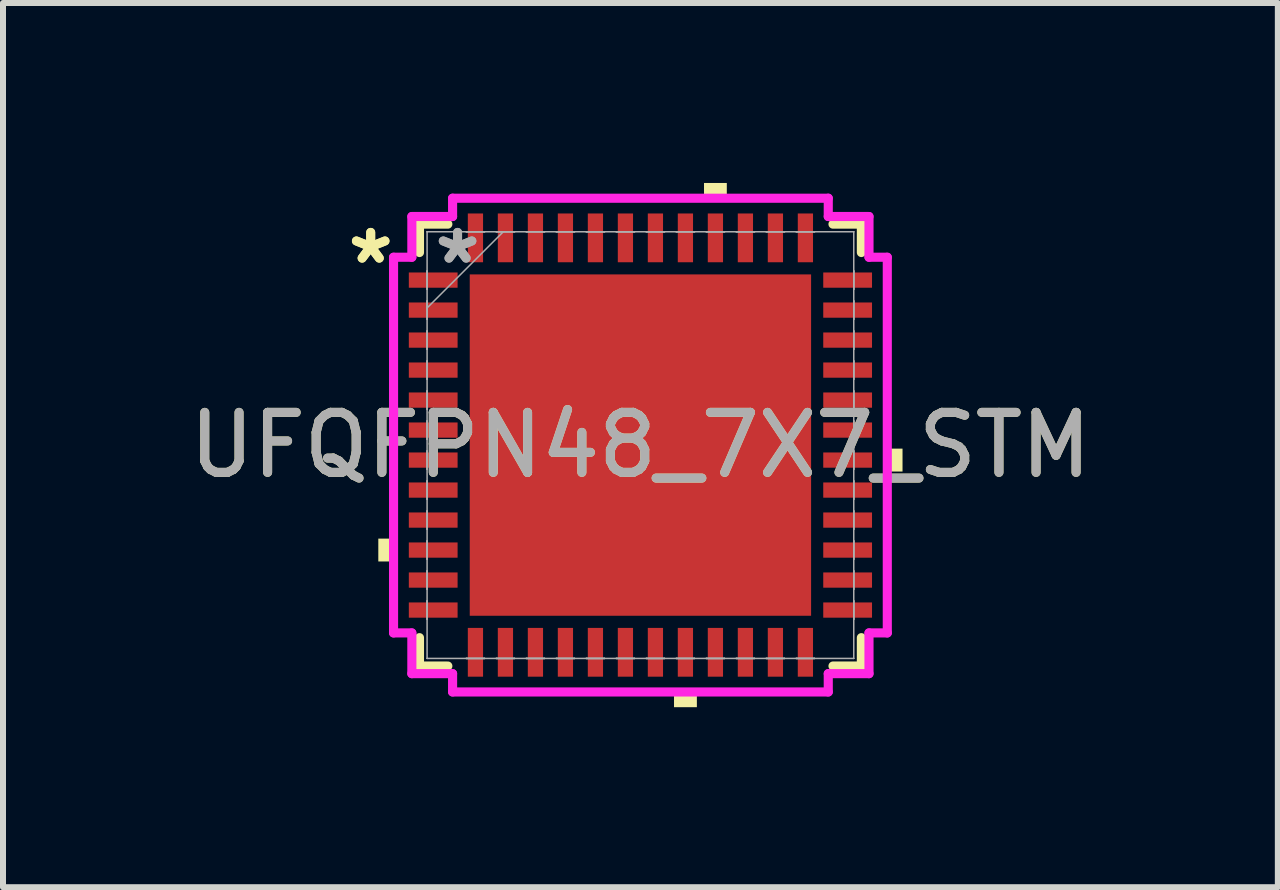
<source format=kicad_pcb>
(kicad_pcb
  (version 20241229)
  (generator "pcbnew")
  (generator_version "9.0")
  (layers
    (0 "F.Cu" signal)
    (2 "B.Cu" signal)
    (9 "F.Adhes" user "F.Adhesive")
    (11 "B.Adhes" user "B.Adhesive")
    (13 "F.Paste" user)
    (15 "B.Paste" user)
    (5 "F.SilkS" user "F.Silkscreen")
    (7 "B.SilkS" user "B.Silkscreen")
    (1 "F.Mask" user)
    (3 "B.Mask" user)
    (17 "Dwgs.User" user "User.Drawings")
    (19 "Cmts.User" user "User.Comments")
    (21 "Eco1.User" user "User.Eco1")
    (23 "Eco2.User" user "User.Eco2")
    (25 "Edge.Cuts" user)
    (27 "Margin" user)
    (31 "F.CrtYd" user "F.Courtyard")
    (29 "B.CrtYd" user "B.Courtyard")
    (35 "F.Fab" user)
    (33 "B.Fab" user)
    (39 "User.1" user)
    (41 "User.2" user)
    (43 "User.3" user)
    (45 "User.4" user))
  (footprint "UFQFPN48_7X7_STM"
    (layer "F.Cu")
    (at 7.625 4.369)
    (property "Reference" "UFQFPN48_7X7_STM" (at 0 0 0) (unlocked yes) (layer "F.SilkS") (effects (font (size 1 1) (thickness 0.15))))
    (attr smd)
    (fp_line (start -3.683 -3.683) (end -3.683 -3.21) (stroke (width 0.152) (type solid)) (layer "F.SilkS"))
    (fp_line (start -3.683 3.21) (end -3.683 3.683) (stroke (width 0.152) (type solid)) (layer "F.SilkS"))
    (fp_line (start -3.683 3.683) (end -3.21 3.683) (stroke (width 0.152) (type solid)) (layer "F.SilkS"))
    (fp_line (start -3.21 -3.683) (end -3.683 -3.683) (stroke (width 0.152) (type solid)) (layer "F.SilkS"))
    (fp_line (start 3.21 3.683) (end 3.683 3.683) (stroke (width 0.152) (type solid)) (layer "F.SilkS"))
    (fp_line (start 3.683 -3.683) (end 3.21 -3.683) (stroke (width 0.152) (type solid)) (layer "F.SilkS"))
    (fp_line (start 3.683 -3.21) (end 3.683 -3.683) (stroke (width 0.152) (type solid)) (layer "F.SilkS"))
    (fp_line (start 3.683 3.683) (end 3.683 3.21) (stroke (width 0.152) (type solid)) (layer "F.SilkS"))
    (fp_poly (pts (xy -4.369 1.559) (xy -4.369 1.94) (xy -4.115 1.94) (xy -4.115 1.559)) (stroke (width 0) (type solid)) (fill yes) (layer "F.SilkS"))
    (fp_poly (pts (xy 0.56 4.115) (xy 0.56 4.369) (xy 0.941 4.369) (xy 0.941 4.115)) (stroke (width 0) (type solid)) (fill yes) (layer "F.SilkS"))
    (fp_poly (pts (xy 1.06 -4.115) (xy 1.06 -4.369) (xy 1.44 -4.369) (xy 1.44 -4.115)) (stroke (width 0) (type solid)) (fill yes) (layer "F.SilkS"))
    (fp_poly (pts (xy 4.369 0.059) (xy 4.369 0.441) (xy 4.115 0.441) (xy 4.115 0.059)) (stroke (width 0) (type solid)) (fill yes) (layer "F.SilkS"))
    (fp_poly (pts (xy -2.745 -2.745) (xy -2.745 -1.522) (xy -1.522 -1.522) (xy -1.522 -2.745)) (stroke (width 0) (type solid)) (fill yes) (layer "F.Paste"))
    (fp_poly (pts (xy -2.745 -1.322) (xy -2.745 -0.1) (xy -1.522 -0.1) (xy -1.522 -1.322)) (stroke (width 0) (type solid)) (fill yes) (layer "F.Paste"))
    (fp_poly (pts (xy -2.745 0.1) (xy -2.745 1.322) (xy -1.522 1.322) (xy -1.522 0.1)) (stroke (width 0) (type solid)) (fill yes) (layer "F.Paste"))
    (fp_poly (pts (xy -2.745 1.522) (xy -2.745 2.745) (xy -1.522 2.745) (xy -1.522 1.522)) (stroke (width 0) (type solid)) (fill yes) (layer "F.Paste"))
    (fp_poly (pts (xy -1.322 -2.745) (xy -1.322 -1.522) (xy -0.1 -1.522) (xy -0.1 -2.745)) (stroke (width 0) (type solid)) (fill yes) (layer "F.Paste"))
    (fp_poly (pts (xy -1.322 -1.322) (xy -1.322 -0.1) (xy -0.1 -0.1) (xy -0.1 -1.322)) (stroke (width 0) (type solid)) (fill yes) (layer "F.Paste"))
    (fp_poly (pts (xy -1.322 0.1) (xy -1.322 1.322) (xy -0.1 1.322) (xy -0.1 0.1)) (stroke (width 0) (type solid)) (fill yes) (layer "F.Paste"))
    (fp_poly (pts (xy -1.322 1.522) (xy -1.322 2.745) (xy -0.1 2.745) (xy -0.1 1.522)) (stroke (width 0) (type solid)) (fill yes) (layer "F.Paste"))
    (fp_poly (pts (xy 0.1 -2.745) (xy 0.1 -1.522) (xy 1.322 -1.522) (xy 1.322 -2.745)) (stroke (width 0) (type solid)) (fill yes) (layer "F.Paste"))
    (fp_poly (pts (xy 0.1 -1.322) (xy 0.1 -0.1) (xy 1.322 -0.1) (xy 1.322 -1.322)) (stroke (width 0) (type solid)) (fill yes) (layer "F.Paste"))
    (fp_poly (pts (xy 0.1 0.1) (xy 0.1 1.322) (xy 1.322 1.322) (xy 1.322 0.1)) (stroke (width 0) (type solid)) (fill yes) (layer "F.Paste"))
    (fp_poly (pts (xy 0.1 1.522) (xy 0.1 2.745) (xy 1.322 2.745) (xy 1.322 1.522)) (stroke (width 0) (type solid)) (fill yes) (layer "F.Paste"))
    (fp_poly (pts (xy 1.522 -2.745) (xy 1.522 -1.522) (xy 2.745 -1.522) (xy 2.745 -2.745)) (stroke (width 0) (type solid)) (fill yes) (layer "F.Paste"))
    (fp_poly (pts (xy 1.522 -1.322) (xy 1.522 -0.1) (xy 2.745 -0.1) (xy 2.745 -1.322)) (stroke (width 0) (type solid)) (fill yes) (layer "F.Paste"))
    (fp_poly (pts (xy 1.522 0.1) (xy 1.522 1.322) (xy 2.745 1.322) (xy 2.745 0.1)) (stroke (width 0) (type solid)) (fill yes) (layer "F.Paste"))
    (fp_poly (pts (xy 1.522 1.522) (xy 1.522 2.745) (xy 2.745 2.745) (xy 2.745 1.522)) (stroke (width 0) (type solid)) (fill yes) (layer "F.Paste"))
    (fp_line (start -4.115 -3.131) (end -3.81 -3.131) (stroke (width 0.152) (type solid)) (layer "F.CrtYd"))
    (fp_line (start -4.115 3.131) (end -4.115 -3.131) (stroke (width 0.152) (type solid)) (layer "F.CrtYd"))
    (fp_line (start -3.81 -3.81) (end -3.131 -3.81) (stroke (width 0.152) (type solid)) (layer "F.CrtYd"))
    (fp_line (start -3.81 -3.131) (end -3.81 -3.81) (stroke (width 0.152) (type solid)) (layer "F.CrtYd"))
    (fp_line (start -3.81 3.131) (end -4.115 3.131) (stroke (width 0.152) (type solid)) (layer "F.CrtYd"))
    (fp_line (start -3.81 3.81) (end -3.81 3.131) (stroke (width 0.152) (type solid)) (layer "F.CrtYd"))
    (fp_line (start -3.131 -4.115) (end 3.131 -4.115) (stroke (width 0.152) (type solid)) (layer "F.CrtYd"))
    (fp_line (start -3.131 -3.81) (end -3.131 -4.115) (stroke (width 0.152) (type solid)) (layer "F.CrtYd"))
    (fp_line (start -3.131 3.81) (end -3.81 3.81) (stroke (width 0.152) (type solid)) (layer "F.CrtYd"))
    (fp_line (start -3.131 4.115) (end -3.131 3.81) (stroke (width 0.152) (type solid)) (layer "F.CrtYd"))
    (fp_line (start 3.131 -4.115) (end 3.131 -3.81) (stroke (width 0.152) (type solid)) (layer "F.CrtYd"))
    (fp_line (start 3.131 -3.81) (end 3.81 -3.81) (stroke (width 0.152) (type solid)) (layer "F.CrtYd"))
    (fp_line (start 3.131 3.81) (end 3.131 4.115) (stroke (width 0.152) (type solid)) (layer "F.CrtYd"))
    (fp_line (start 3.131 4.115) (end -3.131 4.115) (stroke (width 0.152) (type solid)) (layer "F.CrtYd"))
    (fp_line (start 3.81 -3.81) (end 3.81 -3.131) (stroke (width 0.152) (type solid)) (layer "F.CrtYd"))
    (fp_line (start 3.81 -3.131) (end 4.115 -3.131) (stroke (width 0.152) (type solid)) (layer "F.CrtYd"))
    (fp_line (start 3.81 3.131) (end 3.81 3.81) (stroke (width 0.152) (type solid)) (layer "F.CrtYd"))
    (fp_line (start 3.81 3.81) (end 3.131 3.81) (stroke (width 0.152) (type solid)) (layer "F.CrtYd"))
    (fp_line (start 4.115 -3.131) (end 4.115 3.131) (stroke (width 0.152) (type solid)) (layer "F.CrtYd"))
    (fp_line (start 4.115 3.131) (end 3.81 3.131) (stroke (width 0.152) (type solid)) (layer "F.CrtYd"))
    (fp_line (start -3.556 -3.556) (end -3.556 -3.556) (stroke (width 0.025) (type solid)) (layer "F.Fab"))
    (fp_line (start -3.556 -3.556) (end -3.556 3.556) (stroke (width 0.025) (type solid)) (layer "F.Fab"))
    (fp_line (start -3.556 -2.902) (end -3.556 -2.902) (stroke (width 0.025) (type solid)) (layer "F.Fab"))
    (fp_line (start -3.556 -2.902) (end -3.556 -2.598) (stroke (width 0.025) (type solid)) (layer "F.Fab"))
    (fp_line (start -3.556 -2.598) (end -3.556 -2.902) (stroke (width 0.025) (type solid)) (layer "F.Fab"))
    (fp_line (start -3.556 -2.598) (end -3.556 -2.598) (stroke (width 0.025) (type solid)) (layer "F.Fab"))
    (fp_line (start -3.556 -2.402) (end -3.556 -2.402) (stroke (width 0.025) (type solid)) (layer "F.Fab"))
    (fp_line (start -3.556 -2.402) (end -3.556 -2.098) (stroke (width 0.025) (type solid)) (layer "F.Fab"))
    (fp_line (start -3.556 -2.286) (end -2.286 -3.556) (stroke (width 0.025) (type solid)) (layer "F.Fab"))
    (fp_line (start -3.556 -2.098) (end -3.556 -2.402) (stroke (width 0.025) (type solid)) (layer "F.Fab"))
    (fp_line (start -3.556 -2.098) (end -3.556 -2.098) (stroke (width 0.025) (type solid)) (layer "F.Fab"))
    (fp_line (start -3.556 -1.902) (end -3.556 -1.902) (stroke (width 0.025) (type solid)) (layer "F.Fab"))
    (fp_line (start -3.556 -1.902) (end -3.556 -1.598) (stroke (width 0.025) (type solid)) (layer "F.Fab"))
    (fp_line (start -3.556 -1.598) (end -3.556 -1.902) (stroke (width 0.025) (type solid)) (layer "F.Fab"))
    (fp_line (start -3.556 -1.598) (end -3.556 -1.598) (stroke (width 0.025) (type solid)) (layer "F.Fab"))
    (fp_line (start -3.556 -1.402) (end -3.556 -1.402) (stroke (width 0.025) (type solid)) (layer "F.Fab"))
    (fp_line (start -3.556 -1.402) (end -3.556 -1.098) (stroke (width 0.025) (type solid)) (layer "F.Fab"))
    (fp_line (start -3.556 -1.098) (end -3.556 -1.402) (stroke (width 0.025) (type solid)) (layer "F.Fab"))
    (fp_line (start -3.556 -1.098) (end -3.556 -1.098) (stroke (width 0.025) (type solid)) (layer "F.Fab"))
    (fp_line (start -3.556 -0.902) (end -3.556 -0.902) (stroke (width 0.025) (type solid)) (layer "F.Fab"))
    (fp_line (start -3.556 -0.902) (end -3.556 -0.598) (stroke (width 0.025) (type solid)) (layer "F.Fab"))
    (fp_line (start -3.556 -0.598) (end -3.556 -0.902) (stroke (width 0.025) (type solid)) (layer "F.Fab"))
    (fp_line (start -3.556 -0.598) (end -3.556 -0.598) (stroke (width 0.025) (type solid)) (layer "F.Fab"))
    (fp_line (start -3.556 -0.402) (end -3.556 -0.402) (stroke (width 0.025) (type solid)) (layer "F.Fab"))
    (fp_line (start -3.556 -0.402) (end -3.556 -0.098) (stroke (width 0.025) (type solid)) (layer "F.Fab"))
    (fp_line (start -3.556 -0.098) (end -3.556 -0.402) (stroke (width 0.025) (type solid)) (layer "F.Fab"))
    (fp_line (start -3.556 -0.098) (end -3.556 -0.098) (stroke (width 0.025) (type solid)) (layer "F.Fab"))
    (fp_line (start -3.556 0.098) (end -3.556 0.098) (stroke (width 0.025) (type solid)) (layer "F.Fab"))
    (fp_line (start -3.556 0.098) (end -3.556 0.402) (stroke (width 0.025) (type solid)) (layer "F.Fab"))
    (fp_line (start -3.556 0.402) (end -3.556 0.098) (stroke (width 0.025) (type solid)) (layer "F.Fab"))
    (fp_line (start -3.556 0.402) (end -3.556 0.402) (stroke (width 0.025) (type solid)) (layer "F.Fab"))
    (fp_line (start -3.556 0.598) (end -3.556 0.598) (stroke (width 0.025) (type solid)) (layer "F.Fab"))
    (fp_line (start -3.556 0.598) (end -3.556 0.902) (stroke (width 0.025) (type solid)) (layer "F.Fab"))
    (fp_line (start -3.556 0.902) (end -3.556 0.598) (stroke (width 0.025) (type solid)) (layer "F.Fab"))
    (fp_line (start -3.556 0.902) (end -3.556 0.902) (stroke (width 0.025) (type solid)) (layer "F.Fab"))
    (fp_line (start -3.556 1.098) (end -3.556 1.098) (stroke (width 0.025) (type solid)) (layer "F.Fab"))
    (fp_line (start -3.556 1.098) (end -3.556 1.402) (stroke (width 0.025) (type solid)) (layer "F.Fab"))
    (fp_line (start -3.556 1.402) (end -3.556 1.098) (stroke (width 0.025) (type solid)) (layer "F.Fab"))
    (fp_line (start -3.556 1.402) (end -3.556 1.402) (stroke (width 0.025) (type solid)) (layer "F.Fab"))
    (fp_line (start -3.556 1.598) (end -3.556 1.598) (stroke (width 0.025) (type solid)) (layer "F.Fab"))
    (fp_line (start -3.556 1.598) (end -3.556 1.902) (stroke (width 0.025) (type solid)) (layer "F.Fab"))
    (fp_line (start -3.556 1.902) (end -3.556 1.598) (stroke (width 0.025) (type solid)) (layer "F.Fab"))
    (fp_line (start -3.556 1.902) (end -3.556 1.902) (stroke (width 0.025) (type solid)) (layer "F.Fab"))
    (fp_line (start -3.556 2.098) (end -3.556 2.098) (stroke (width 0.025) (type solid)) (layer "F.Fab"))
    (fp_line (start -3.556 2.098) (end -3.556 2.402) (stroke (width 0.025) (type solid)) (layer "F.Fab"))
    (fp_line (start -3.556 2.402) (end -3.556 2.098) (stroke (width 0.025) (type solid)) (layer "F.Fab"))
    (fp_line (start -3.556 2.402) (end -3.556 2.402) (stroke (width 0.025) (type solid)) (layer "F.Fab"))
    (fp_line (start -3.556 2.598) (end -3.556 2.598) (stroke (width 0.025) (type solid)) (layer "F.Fab"))
    (fp_line (start -3.556 2.598) (end -3.556 2.902) (stroke (width 0.025) (type solid)) (layer "F.Fab"))
    (fp_line (start -3.556 2.902) (end -3.556 2.598) (stroke (width 0.025) (type solid)) (layer "F.Fab"))
    (fp_line (start -3.556 2.902) (end -3.556 2.902) (stroke (width 0.025) (type solid)) (layer "F.Fab"))
    (fp_line (start -3.556 3.556) (end -3.556 3.556) (stroke (width 0.025) (type solid)) (layer "F.Fab"))
    (fp_line (start -3.556 3.556) (end 3.556 3.556) (stroke (width 0.025) (type solid)) (layer "F.Fab"))
    (fp_line (start -2.902 -3.556) (end -2.902 -3.556) (stroke (width 0.025) (type solid)) (layer "F.Fab"))
    (fp_line (start -2.902 -3.556) (end -2.598 -3.556) (stroke (width 0.025) (type solid)) (layer "F.Fab"))
    (fp_line (start -2.902 3.556) (end -2.902 3.556) (stroke (width 0.025) (type solid)) (layer "F.Fab"))
    (fp_line (start -2.902 3.556) (end -2.598 3.556) (stroke (width 0.025) (type solid)) (layer "F.Fab"))
    (fp_line (start -2.598 -3.556) (end -2.902 -3.556) (stroke (width 0.025) (type solid)) (layer "F.Fab"))
    (fp_line (start -2.598 -3.556) (end -2.598 -3.556) (stroke (width 0.025) (type solid)) (layer "F.Fab"))
    (fp_line (start -2.598 3.556) (end -2.902 3.556) (stroke (width 0.025) (type solid)) (layer "F.Fab"))
    (fp_line (start -2.598 3.556) (end -2.598 3.556) (stroke (width 0.025) (type solid)) (layer "F.Fab"))
    (fp_line (start -2.402 -3.556) (end -2.402 -3.556) (stroke (width 0.025) (type solid)) (layer "F.Fab"))
    (fp_line (start -2.402 -3.556) (end -2.098 -3.556) (stroke (width 0.025) (type solid)) (layer "F.Fab"))
    (fp_line (start -2.402 3.556) (end -2.402 3.556) (stroke (width 0.025) (type solid)) (layer "F.Fab"))
    (fp_line (start -2.402 3.556) (end -2.098 3.556) (stroke (width 0.025) (type solid)) (layer "F.Fab"))
    (fp_line (start -2.098 -3.556) (end -2.402 -3.556) (stroke (width 0.025) (type solid)) (layer "F.Fab"))
    (fp_line (start -2.098 -3.556) (end -2.098 -3.556) (stroke (width 0.025) (type solid)) (layer "F.Fab"))
    (fp_line (start -2.098 3.556) (end -2.402 3.556) (stroke (width 0.025) (type solid)) (layer "F.Fab"))
    (fp_line (start -2.098 3.556) (end -2.098 3.556) (stroke (width 0.025) (type solid)) (layer "F.Fab"))
    (fp_line (start -1.902 -3.556) (end -1.902 -3.556) (stroke (width 0.025) (type solid)) (layer "F.Fab"))
    (fp_line (start -1.902 -3.556) (end -1.598 -3.556) (stroke (width 0.025) (type solid)) (layer "F.Fab"))
    (fp_line (start -1.902 3.556) (end -1.902 3.556) (stroke (width 0.025) (type solid)) (layer "F.Fab"))
    (fp_line (start -1.902 3.556) (end -1.598 3.556) (stroke (width 0.025) (type solid)) (layer "F.Fab"))
    (fp_line (start -1.598 -3.556) (end -1.902 -3.556) (stroke (width 0.025) (type solid)) (layer "F.Fab"))
    (fp_line (start -1.598 -3.556) (end -1.598 -3.556) (stroke (width 0.025) (type solid)) (layer "F.Fab"))
    (fp_line (start -1.598 3.556) (end -1.902 3.556) (stroke (width 0.025) (type solid)) (layer "F.Fab"))
    (fp_line (start -1.598 3.556) (end -1.598 3.556) (stroke (width 0.025) (type solid)) (layer "F.Fab"))
    (fp_line (start -1.402 -3.556) (end -1.402 -3.556) (stroke (width 0.025) (type solid)) (layer "F.Fab"))
    (fp_line (start -1.402 -3.556) (end -1.098 -3.556) (stroke (width 0.025) (type solid)) (layer "F.Fab"))
    (fp_line (start -1.402 3.556) (end -1.402 3.556) (stroke (width 0.025) (type solid)) (layer "F.Fab"))
    (fp_line (start -1.402 3.556) (end -1.098 3.556) (stroke (width 0.025) (type solid)) (layer "F.Fab"))
    (fp_line (start -1.098 -3.556) (end -1.402 -3.556) (stroke (width 0.025) (type solid)) (layer "F.Fab"))
    (fp_line (start -1.098 -3.556) (end -1.098 -3.556) (stroke (width 0.025) (type solid)) (layer "F.Fab"))
    (fp_line (start -1.098 3.556) (end -1.402 3.556) (stroke (width 0.025) (type solid)) (layer "F.Fab"))
    (fp_line (start -1.098 3.556) (end -1.098 3.556) (stroke (width 0.025) (type solid)) (layer "F.Fab"))
    (fp_line (start -0.902 -3.556) (end -0.902 -3.556) (stroke (width 0.025) (type solid)) (layer "F.Fab"))
    (fp_line (start -0.902 -3.556) (end -0.598 -3.556) (stroke (width 0.025) (type solid)) (layer "F.Fab"))
    (fp_line (start -0.902 3.556) (end -0.902 3.556) (stroke (width 0.025) (type solid)) (layer "F.Fab"))
    (fp_line (start -0.902 3.556) (end -0.598 3.556) (stroke (width 0.025) (type solid)) (layer "F.Fab"))
    (fp_line (start -0.598 -3.556) (end -0.902 -3.556) (stroke (width 0.025) (type solid)) (layer "F.Fab"))
    (fp_line (start -0.598 -3.556) (end -0.598 -3.556) (stroke (width 0.025) (type solid)) (layer "F.Fab"))
    (fp_line (start -0.598 3.556) (end -0.902 3.556) (stroke (width 0.025) (type solid)) (layer "F.Fab"))
    (fp_line (start -0.598 3.556) (end -0.598 3.556) (stroke (width 0.025) (type solid)) (layer "F.Fab"))
    (fp_line (start -0.402 -3.556) (end -0.402 -3.556) (stroke (width 0.025) (type solid)) (layer "F.Fab"))
    (fp_line (start -0.402 -3.556) (end -0.098 -3.556) (stroke (width 0.025) (type solid)) (layer "F.Fab"))
    (fp_line (start -0.402 3.556) (end -0.402 3.556) (stroke (width 0.025) (type solid)) (layer "F.Fab"))
    (fp_line (start -0.402 3.556) (end -0.098 3.556) (stroke (width 0.025) (type solid)) (layer "F.Fab"))
    (fp_line (start -0.098 -3.556) (end -0.402 -3.556) (stroke (width 0.025) (type solid)) (layer "F.Fab"))
    (fp_line (start -0.098 -3.556) (end -0.098 -3.556) (stroke (width 0.025) (type solid)) (layer "F.Fab"))
    (fp_line (start -0.098 3.556) (end -0.402 3.556) (stroke (width 0.025) (type solid)) (layer "F.Fab"))
    (fp_line (start -0.098 3.556) (end -0.098 3.556) (stroke (width 0.025) (type solid)) (layer "F.Fab"))
    (fp_line (start 0.098 -3.556) (end 0.098 -3.556) (stroke (width 0.025) (type solid)) (layer "F.Fab"))
    (fp_line (start 0.098 -3.556) (end 0.402 -3.556) (stroke (width 0.025) (type solid)) (layer "F.Fab"))
    (fp_line (start 0.098 3.556) (end 0.098 3.556) (stroke (width 0.025) (type solid)) (layer "F.Fab"))
    (fp_line (start 0.098 3.556) (end 0.402 3.556) (stroke (width 0.025) (type solid)) (layer "F.Fab"))
    (fp_line (start 0.402 -3.556) (end 0.098 -3.556) (stroke (width 0.025) (type solid)) (layer "F.Fab"))
    (fp_line (start 0.402 -3.556) (end 0.402 -3.556) (stroke (width 0.025) (type solid)) (layer "F.Fab"))
    (fp_line (start 0.402 3.556) (end 0.098 3.556) (stroke (width 0.025) (type solid)) (layer "F.Fab"))
    (fp_line (start 0.402 3.556) (end 0.402 3.556) (stroke (width 0.025) (type solid)) (layer "F.Fab"))
    (fp_line (start 0.598 -3.556) (end 0.598 -3.556) (stroke (width 0.025) (type solid)) (layer "F.Fab"))
    (fp_line (start 0.598 -3.556) (end 0.902 -3.556) (stroke (width 0.025) (type solid)) (layer "F.Fab"))
    (fp_line (start 0.598 3.556) (end 0.598 3.556) (stroke (width 0.025) (type solid)) (layer "F.Fab"))
    (fp_line (start 0.598 3.556) (end 0.902 3.556) (stroke (width 0.025) (type solid)) (layer "F.Fab"))
    (fp_line (start 0.902 -3.556) (end 0.598 -3.556) (stroke (width 0.025) (type solid)) (layer "F.Fab"))
    (fp_line (start 0.902 -3.556) (end 0.902 -3.556) (stroke (width 0.025) (type solid)) (layer "F.Fab"))
    (fp_line (start 0.902 3.556) (end 0.598 3.556) (stroke (width 0.025) (type solid)) (layer "F.Fab"))
    (fp_line (start 0.902 3.556) (end 0.902 3.556) (stroke (width 0.025) (type solid)) (layer "F.Fab"))
    (fp_line (start 1.098 -3.556) (end 1.098 -3.556) (stroke (width 0.025) (type solid)) (layer "F.Fab"))
    (fp_line (start 1.098 -3.556) (end 1.402 -3.556) (stroke (width 0.025) (type solid)) (layer "F.Fab"))
    (fp_line (start 1.098 3.556) (end 1.098 3.556) (stroke (width 0.025) (type solid)) (layer "F.Fab"))
    (fp_line (start 1.098 3.556) (end 1.402 3.556) (stroke (width 0.025) (type solid)) (layer "F.Fab"))
    (fp_line (start 1.402 -3.556) (end 1.098 -3.556) (stroke (width 0.025) (type solid)) (layer "F.Fab"))
    (fp_line (start 1.402 -3.556) (end 1.402 -3.556) (stroke (width 0.025) (type solid)) (layer "F.Fab"))
    (fp_line (start 1.402 3.556) (end 1.098 3.556) (stroke (width 0.025) (type solid)) (layer "F.Fab"))
    (fp_line (start 1.402 3.556) (end 1.402 3.556) (stroke (width 0.025) (type solid)) (layer "F.Fab"))
    (fp_line (start 1.598 -3.556) (end 1.598 -3.556) (stroke (width 0.025) (type solid)) (layer "F.Fab"))
    (fp_line (start 1.598 -3.556) (end 1.902 -3.556) (stroke (width 0.025) (type solid)) (layer "F.Fab"))
    (fp_line (start 1.598 3.556) (end 1.598 3.556) (stroke (width 0.025) (type solid)) (layer "F.Fab"))
    (fp_line (start 1.598 3.556) (end 1.902 3.556) (stroke (width 0.025) (type solid)) (layer "F.Fab"))
    (fp_line (start 1.902 -3.556) (end 1.598 -3.556) (stroke (width 0.025) (type solid)) (layer "F.Fab"))
    (fp_line (start 1.902 -3.556) (end 1.902 -3.556) (stroke (width 0.025) (type solid)) (layer "F.Fab"))
    (fp_line (start 1.902 3.556) (end 1.598 3.556) (stroke (width 0.025) (type solid)) (layer "F.Fab"))
    (fp_line (start 1.902 3.556) (end 1.902 3.556) (stroke (width 0.025) (type solid)) (layer "F.Fab"))
    (fp_line (start 2.098 -3.556) (end 2.098 -3.556) (stroke (width 0.025) (type solid)) (layer "F.Fab"))
    (fp_line (start 2.098 -3.556) (end 2.402 -3.556) (stroke (width 0.025) (type solid)) (layer "F.Fab"))
    (fp_line (start 2.098 3.556) (end 2.098 3.556) (stroke (width 0.025) (type solid)) (layer "F.Fab"))
    (fp_line (start 2.098 3.556) (end 2.402 3.556) (stroke (width 0.025) (type solid)) (layer "F.Fab"))
    (fp_line (start 2.402 -3.556) (end 2.098 -3.556) (stroke (width 0.025) (type solid)) (layer "F.Fab"))
    (fp_line (start 2.402 -3.556) (end 2.402 -3.556) (stroke (width 0.025) (type solid)) (layer "F.Fab"))
    (fp_line (start 2.402 3.556) (end 2.098 3.556) (stroke (width 0.025) (type solid)) (layer "F.Fab"))
    (fp_line (start 2.402 3.556) (end 2.402 3.556) (stroke (width 0.025) (type solid)) (layer "F.Fab"))
    (fp_line (start 2.598 -3.556) (end 2.598 -3.556) (stroke (width 0.025) (type solid)) (layer "F.Fab"))
    (fp_line (start 2.598 -3.556) (end 2.902 -3.556) (stroke (width 0.025) (type solid)) (layer "F.Fab"))
    (fp_line (start 2.598 3.556) (end 2.598 3.556) (stroke (width 0.025) (type solid)) (layer "F.Fab"))
    (fp_line (start 2.598 3.556) (end 2.902 3.556) (stroke (width 0.025) (type solid)) (layer "F.Fab"))
    (fp_line (start 2.902 -3.556) (end 2.598 -3.556) (stroke (width 0.025) (type solid)) (layer "F.Fab"))
    (fp_line (start 2.902 -3.556) (end 2.902 -3.556) (stroke (width 0.025) (type solid)) (layer "F.Fab"))
    (fp_line (start 2.902 3.556) (end 2.598 3.556) (stroke (width 0.025) (type solid)) (layer "F.Fab"))
    (fp_line (start 2.902 3.556) (end 2.902 3.556) (stroke (width 0.025) (type solid)) (layer "F.Fab"))
    (fp_line (start 3.556 -3.556) (end -3.556 -3.556) (stroke (width 0.025) (type solid)) (layer "F.Fab"))
    (fp_line (start 3.556 -3.556) (end 3.556 -3.556) (stroke (width 0.025) (type solid)) (layer "F.Fab"))
    (fp_line (start 3.556 -2.902) (end 3.556 -2.902) (stroke (width 0.025) (type solid)) (layer "F.Fab"))
    (fp_line (start 3.556 -2.902) (end 3.556 -2.598) (stroke (width 0.025) (type solid)) (layer "F.Fab"))
    (fp_line (start 3.556 -2.598) (end 3.556 -2.902) (stroke (width 0.025) (type solid)) (layer "F.Fab"))
    (fp_line (start 3.556 -2.598) (end 3.556 -2.598) (stroke (width 0.025) (type solid)) (layer "F.Fab"))
    (fp_line (start 3.556 -2.402) (end 3.556 -2.402) (stroke (width 0.025) (type solid)) (layer "F.Fab"))
    (fp_line (start 3.556 -2.402) (end 3.556 -2.098) (stroke (width 0.025) (type solid)) (layer "F.Fab"))
    (fp_line (start 3.556 -2.098) (end 3.556 -2.402) (stroke (width 0.025) (type solid)) (layer "F.Fab"))
    (fp_line (start 3.556 -2.098) (end 3.556 -2.098) (stroke (width 0.025) (type solid)) (layer "F.Fab"))
    (fp_line (start 3.556 -1.902) (end 3.556 -1.902) (stroke (width 0.025) (type solid)) (layer "F.Fab"))
    (fp_line (start 3.556 -1.902) (end 3.556 -1.598) (stroke (width 0.025) (type solid)) (layer "F.Fab"))
    (fp_line (start 3.556 -1.598) (end 3.556 -1.902) (stroke (width 0.025) (type solid)) (layer "F.Fab"))
    (fp_line (start 3.556 -1.598) (end 3.556 -1.598) (stroke (width 0.025) (type solid)) (layer "F.Fab"))
    (fp_line (start 3.556 -1.402) (end 3.556 -1.402) (stroke (width 0.025) (type solid)) (layer "F.Fab"))
    (fp_line (start 3.556 -1.402) (end 3.556 -1.098) (stroke (width 0.025) (type solid)) (layer "F.Fab"))
    (fp_line (start 3.556 -1.098) (end 3.556 -1.402) (stroke (width 0.025) (type solid)) (layer "F.Fab"))
    (fp_line (start 3.556 -1.098) (end 3.556 -1.098) (stroke (width 0.025) (type solid)) (layer "F.Fab"))
    (fp_line (start 3.556 -0.902) (end 3.556 -0.902) (stroke (width 0.025) (type solid)) (layer "F.Fab"))
    (fp_line (start 3.556 -0.902) (end 3.556 -0.598) (stroke (width 0.025) (type solid)) (layer "F.Fab"))
    (fp_line (start 3.556 -0.598) (end 3.556 -0.902) (stroke (width 0.025) (type solid)) (layer "F.Fab"))
    (fp_line (start 3.556 -0.598) (end 3.556 -0.598) (stroke (width 0.025) (type solid)) (layer "F.Fab"))
    (fp_line (start 3.556 -0.402) (end 3.556 -0.402) (stroke (width 0.025) (type solid)) (layer "F.Fab"))
    (fp_line (start 3.556 -0.402) (end 3.556 -0.098) (stroke (width 0.025) (type solid)) (layer "F.Fab"))
    (fp_line (start 3.556 -0.098) (end 3.556 -0.402) (stroke (width 0.025) (type solid)) (layer "F.Fab"))
    (fp_line (start 3.556 -0.098) (end 3.556 -0.098) (stroke (width 0.025) (type solid)) (layer "F.Fab"))
    (fp_line (start 3.556 0.098) (end 3.556 0.098) (stroke (width 0.025) (type solid)) (layer "F.Fab"))
    (fp_line (start 3.556 0.098) (end 3.556 0.402) (stroke (width 0.025) (type solid)) (layer "F.Fab"))
    (fp_line (start 3.556 0.402) (end 3.556 0.098) (stroke (width 0.025) (type solid)) (layer "F.Fab"))
    (fp_line (start 3.556 0.402) (end 3.556 0.402) (stroke (width 0.025) (type solid)) (layer "F.Fab"))
    (fp_line (start 3.556 0.598) (end 3.556 0.598) (stroke (width 0.025) (type solid)) (layer "F.Fab"))
    (fp_line (start 3.556 0.598) (end 3.556 0.902) (stroke (width 0.025) (type solid)) (layer "F.Fab"))
    (fp_line (start 3.556 0.902) (end 3.556 0.598) (stroke (width 0.025) (type solid)) (layer "F.Fab"))
    (fp_line (start 3.556 0.902) (end 3.556 0.902) (stroke (width 0.025) (type solid)) (layer "F.Fab"))
    (fp_line (start 3.556 1.098) (end 3.556 1.098) (stroke (width 0.025) (type solid)) (layer "F.Fab"))
    (fp_line (start 3.556 1.098) (end 3.556 1.402) (stroke (width 0.025) (type solid)) (layer "F.Fab"))
    (fp_line (start 3.556 1.402) (end 3.556 1.098) (stroke (width 0.025) (type solid)) (layer "F.Fab"))
    (fp_line (start 3.556 1.402) (end 3.556 1.402) (stroke (width 0.025) (type solid)) (layer "F.Fab"))
    (fp_line (start 3.556 1.598) (end 3.556 1.598) (stroke (width 0.025) (type solid)) (layer "F.Fab"))
    (fp_line (start 3.556 1.598) (end 3.556 1.902) (stroke (width 0.025) (type solid)) (layer "F.Fab"))
    (fp_line (start 3.556 1.902) (end 3.556 1.598) (stroke (width 0.025) (type solid)) (layer "F.Fab"))
    (fp_line (start 3.556 1.902) (end 3.556 1.902) (stroke (width 0.025) (type solid)) (layer "F.Fab"))
    (fp_line (start 3.556 2.098) (end 3.556 2.098) (stroke (width 0.025) (type solid)) (layer "F.Fab"))
    (fp_line (start 3.556 2.098) (end 3.556 2.402) (stroke (width 0.025) (type solid)) (layer "F.Fab"))
    (fp_line (start 3.556 2.402) (end 3.556 2.098) (stroke (width 0.025) (type solid)) (layer "F.Fab"))
    (fp_line (start 3.556 2.402) (end 3.556 2.402) (stroke (width 0.025) (type solid)) (layer "F.Fab"))
    (fp_line (start 3.556 2.598) (end 3.556 2.598) (stroke (width 0.025) (type solid)) (layer "F.Fab"))
    (fp_line (start 3.556 2.598) (end 3.556 2.902) (stroke (width 0.025) (type solid)) (layer "F.Fab"))
    (fp_line (start 3.556 2.902) (end 3.556 2.598) (stroke (width 0.025) (type solid)) (layer "F.Fab"))
    (fp_line (start 3.556 2.902) (end 3.556 2.902) (stroke (width 0.025) (type solid)) (layer "F.Fab"))
    (fp_line (start 3.556 3.556) (end 3.556 -3.556) (stroke (width 0.025) (type solid)) (layer "F.Fab"))
    (fp_line (start 3.556 3.556) (end 3.556 3.556) (stroke (width 0.025) (type solid)) (layer "F.Fab"))
    (fp_text user "*" (at -4.496 -3 0) (unlocked yes) (layer "F.SilkS") (effects (font (size 1 1) (thickness 0.15))))
    (fp_text user "*" (at -4.496 -3 0) (layer "F.SilkS") (effects (font (size 1 1) (thickness 0.15))))
    (fp_text user "*" (at -3.048 -3 0) (layer "F.Fab") (effects (font (size 1 1) (thickness 0.15))))
    (fp_text user "*" (at -3.048 -3 0) (unlocked yes) (layer "F.Fab") (effects (font (size 1 1) (thickness 0.15))))
    (fp_text user "${REFERENCE}" (at 0 0 0) (unlocked yes) (layer "F.Fab") (effects (font (size 1 1) (thickness 0.15))))
    (pad "1" smd rect (at -3.454 -2.75 90) (size 0.254 0.813) (layers "F.Cu" "F.Mask" "F.Paste"))
    (pad "2" smd rect (at -3.454 -2.25 90) (size 0.254 0.813) (layers "F.Cu" "F.Mask" "F.Paste"))
    (pad "3" smd rect (at -3.454 -1.75 90) (size 0.254 0.813) (layers "F.Cu" "F.Mask" "F.Paste"))
    (pad "4" smd rect (at -3.454 -1.25 90) (size 0.254 0.813) (layers "F.Cu" "F.Mask" "F.Paste"))
    (pad "5" smd rect (at -3.454 -0.75 90) (size 0.254 0.813) (layers "F.Cu" "F.Mask" "F.Paste"))
    (pad "6" smd rect (at -3.454 -0.25 90) (size 0.254 0.813) (layers "F.Cu" "F.Mask" "F.Paste"))
    (pad "7" smd rect (at -3.454 0.25 90) (size 0.254 0.813) (layers "F.Cu" "F.Mask" "F.Paste"))
    (pad "8" smd rect (at -3.454 0.75 90) (size 0.254 0.813) (layers "F.Cu" "F.Mask" "F.Paste"))
    (pad "9" smd rect (at -3.454 1.25 90) (size 0.254 0.813) (layers "F.Cu" "F.Mask" "F.Paste"))
    (pad "10" smd rect (at -3.454 1.75 90) (size 0.254 0.813) (layers "F.Cu" "F.Mask" "F.Paste"))
    (pad "11" smd rect (at -3.454 2.25 90) (size 0.254 0.813) (layers "F.Cu" "F.Mask" "F.Paste"))
    (pad "12" smd rect (at -3.454 2.75 90) (size 0.254 0.813) (layers "F.Cu" "F.Mask" "F.Paste"))
    (pad "13" smd rect (at -2.75 3.454) (size 0.254 0.813) (layers "F.Cu" "F.Mask" "F.Paste"))
    (pad "14" smd rect (at -2.25 3.454) (size 0.254 0.813) (layers "F.Cu" "F.Mask" "F.Paste"))
    (pad "15" smd rect (at -1.75 3.454) (size 0.254 0.813) (layers "F.Cu" "F.Mask" "F.Paste"))
    (pad "16" smd rect (at -1.25 3.454) (size 0.254 0.813) (layers "F.Cu" "F.Mask" "F.Paste"))
    (pad "17" smd rect (at -0.75 3.454) (size 0.254 0.813) (layers "F.Cu" "F.Mask" "F.Paste"))
    (pad "18" smd rect (at -0.25 3.454) (size 0.254 0.813) (layers "F.Cu" "F.Mask" "F.Paste"))
    (pad "19" smd rect (at 0.25 3.454) (size 0.254 0.813) (layers "F.Cu" "F.Mask" "F.Paste"))
    (pad "20" smd rect (at 0.75 3.454) (size 0.254 0.813) (layers "F.Cu" "F.Mask" "F.Paste"))
    (pad "21" smd rect (at 1.25 3.454) (size 0.254 0.813) (layers "F.Cu" "F.Mask" "F.Paste"))
    (pad "22" smd rect (at 1.75 3.454) (size 0.254 0.813) (layers "F.Cu" "F.Mask" "F.Paste"))
    (pad "23" smd rect (at 2.25 3.454) (size 0.254 0.813) (layers "F.Cu" "F.Mask" "F.Paste"))
    (pad "24" smd rect (at 2.75 3.454) (size 0.254 0.813) (layers "F.Cu" "F.Mask" "F.Paste"))
    (pad "25" smd rect (at 3.454 2.75 90) (size 0.254 0.813) (layers "F.Cu" "F.Mask" "F.Paste"))
    (pad "26" smd rect (at 3.454 2.25 90) (size 0.254 0.813) (layers "F.Cu" "F.Mask" "F.Paste"))
    (pad "27" smd rect (at 3.454 1.75 90) (size 0.254 0.813) (layers "F.Cu" "F.Mask" "F.Paste"))
    (pad "28" smd rect (at 3.454 1.25 90) (size 0.254 0.813) (layers "F.Cu" "F.Mask" "F.Paste"))
    (pad "29" smd rect (at 3.454 0.75 90) (size 0.254 0.813) (layers "F.Cu" "F.Mask" "F.Paste"))
    (pad "30" smd rect (at 3.454 0.25 90) (size 0.254 0.813) (layers "F.Cu" "F.Mask" "F.Paste"))
    (pad "31" smd rect (at 3.454 -0.25 90) (size 0.254 0.813) (layers "F.Cu" "F.Mask" "F.Paste"))
    (pad "32" smd rect (at 3.454 -0.75 90) (size 0.254 0.813) (layers "F.Cu" "F.Mask" "F.Paste"))
    (pad "33" smd rect (at 3.454 -1.25 90) (size 0.254 0.813) (layers "F.Cu" "F.Mask" "F.Paste"))
    (pad "34" smd rect (at 3.454 -1.75 90) (size 0.254 0.813) (layers "F.Cu" "F.Mask" "F.Paste"))
    (pad "35" smd rect (at 3.454 -2.25 90) (size 0.254 0.813) (layers "F.Cu" "F.Mask" "F.Paste"))
    (pad "36" smd rect (at 3.454 -2.75 90) (size 0.254 0.813) (layers "F.Cu" "F.Mask" "F.Paste"))
    (pad "37" smd rect (at 2.75 -3.454) (size 0.254 0.813) (layers "F.Cu" "F.Mask" "F.Paste"))
    (pad "38" smd rect (at 2.25 -3.454) (size 0.254 0.813) (layers "F.Cu" "F.Mask" "F.Paste"))
    (pad "39" smd rect (at 1.75 -3.454) (size 0.254 0.813) (layers "F.Cu" "F.Mask" "F.Paste"))
    (pad "40" smd rect (at 1.25 -3.454) (size 0.254 0.813) (layers "F.Cu" "F.Mask" "F.Paste"))
    (pad "41" smd rect (at 0.75 -3.454) (size 0.254 0.813) (layers "F.Cu" "F.Mask" "F.Paste"))
    (pad "42" smd rect (at 0.25 -3.454) (size 0.254 0.813) (layers "F.Cu" "F.Mask" "F.Paste"))
    (pad "43" smd rect (at -0.25 -3.454) (size 0.254 0.813) (layers "F.Cu" "F.Mask" "F.Paste"))
    (pad "44" smd rect (at -0.75 -3.454) (size 0.254 0.813) (layers "F.Cu" "F.Mask" "F.Paste"))
    (pad "45" smd rect (at -1.25 -3.454) (size 0.254 0.813) (layers "F.Cu" "F.Mask" "F.Paste"))
    (pad "46" smd rect (at -1.75 -3.454) (size 0.254 0.813) (layers "F.Cu" "F.Mask" "F.Paste"))
    (pad "47" smd rect (at -2.25 -3.454) (size 0.254 0.813) (layers "F.Cu" "F.Mask" "F.Paste"))
    (pad "48" smd rect (at -2.75 -3.454) (size 0.254 0.813) (layers "F.Cu" "F.Mask" "F.Paste"))
    (pad "49" smd rect (at 0 0) (size 5.69 5.69) (layers "F.Cu" "F.Mask" "F.Paste")))
  (gr_rect
    (start -3 -3)
    (end 18.25 11.738)
    (stroke (width 0.1) (type default))
    (fill no)
    (layer "Edge.Cuts")))
</source>
